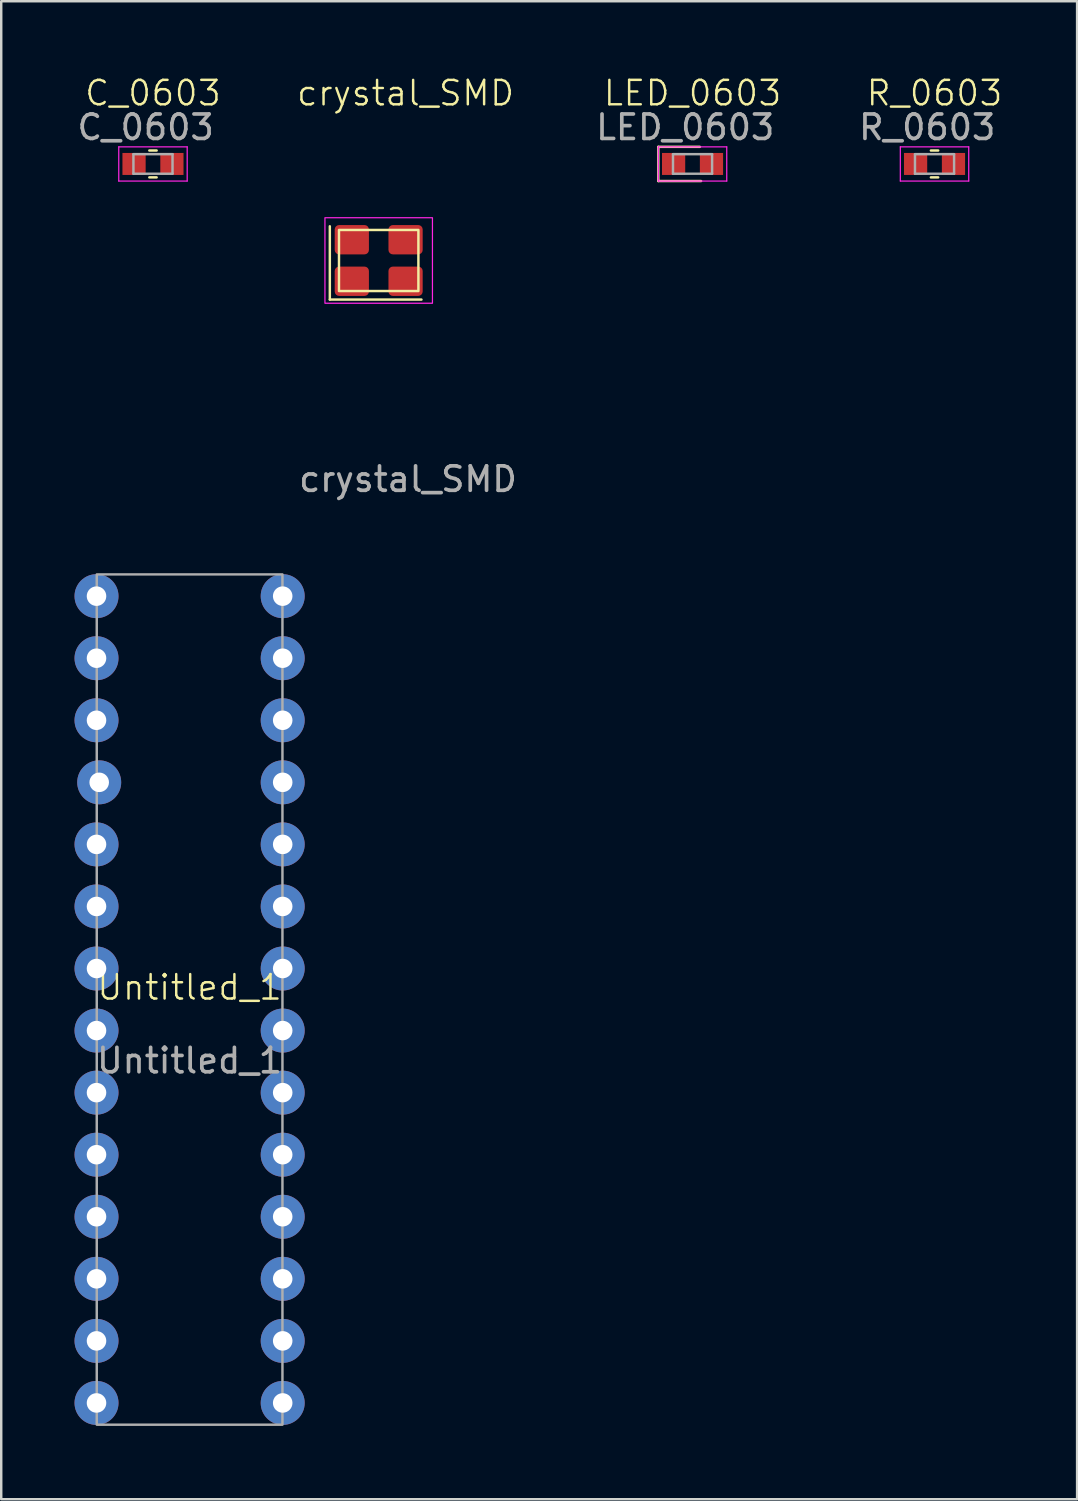
<source format=kicad_pcb>
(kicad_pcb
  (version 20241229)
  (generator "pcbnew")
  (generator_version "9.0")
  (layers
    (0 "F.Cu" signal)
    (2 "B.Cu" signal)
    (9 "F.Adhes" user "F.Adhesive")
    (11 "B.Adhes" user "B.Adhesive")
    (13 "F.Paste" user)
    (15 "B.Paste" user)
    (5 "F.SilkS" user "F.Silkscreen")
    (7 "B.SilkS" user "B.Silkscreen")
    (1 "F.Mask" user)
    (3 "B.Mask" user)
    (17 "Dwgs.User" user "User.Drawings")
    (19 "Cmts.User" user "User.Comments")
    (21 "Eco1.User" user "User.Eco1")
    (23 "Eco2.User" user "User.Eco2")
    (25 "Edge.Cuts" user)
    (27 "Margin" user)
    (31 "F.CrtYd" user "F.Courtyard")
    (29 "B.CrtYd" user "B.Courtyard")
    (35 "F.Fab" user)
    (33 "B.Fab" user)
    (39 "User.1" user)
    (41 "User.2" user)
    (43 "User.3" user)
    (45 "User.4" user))
  (footprint "R_0603"
    (layer "F.Cu")
    (at 35.198 3.66)
    (property "Reference" "R_0603" (at 0 -2.9 0) (unlocked yes) (layer "F.SilkS") (effects (font (size 1 1) (thickness 0.1))))
    (attr smd)
    (fp_line (start -0.15 -0.55) (end 0.15 -0.55) (stroke (width 0.1) (type default)) (layer "F.SilkS"))
    (fp_line (start -0.15 0.55) (end 0.15 0.55) (stroke (width 0.1) (type default)) (layer "F.SilkS"))
    (fp_line (start -1.4 -0.7) (end -1.4 0.7) (stroke (width 0.05) (type default)) (layer "F.CrtYd"))
    (fp_line (start -1.4 0.7) (end 1.4 0.7) (stroke (width 0.05) (type default)) (layer "F.CrtYd"))
    (fp_line (start 1.4 -0.7) (end -1.4 -0.7) (stroke (width 0.05) (type default)) (layer "F.CrtYd"))
    (fp_line (start 1.4 0.7) (end 1.4 -0.7) (stroke (width 0.05) (type default)) (layer "F.CrtYd"))
    (fp_line (start -0.8 -0.4) (end 0.8 -0.4) (stroke (width 0.1) (type default)) (layer "F.Fab"))
    (fp_line (start -0.8 0.4) (end -0.8 -0.4) (stroke (width 0.1) (type default)) (layer "F.Fab"))
    (fp_line (start 0.8 -0.4) (end 0.8 0.4) (stroke (width 0.1) (type default)) (layer "F.Fab"))
    (fp_line (start 0.8 0.4) (end -0.8 0.4) (stroke (width 0.1) (type default)) (layer "F.Fab"))
    (fp_text user "${REFERENCE}" (at -0.3 -1.5 0) (unlocked yes) (layer "F.Fab") (effects (font (size 1 1) (thickness 0.15))))
    (pad "1" smd rect (at -0.775 0) (size 0.95 0.9) (layers "F.Cu" "F.Mask" "F.Paste"))
    (pad "2" smd rect (at 0.775 0) (size 0.95 0.9) (layers "F.Cu" "F.Mask" "F.Paste")))
  (footprint "Untitled_1"
    (layer "F.Cu")
    (at 4.71 37.859)
    (property "Reference" "Untitled_1" (at 0 -0.5 0) (unlocked yes) (layer "F.SilkS") (effects (font (size 1 1) (thickness 0.1))))
    (attr smd)
    (fp_rect (start -3.8 -17.4) (end 3.8 17.4) (stroke (width 0.1) (type solid)) (fill no) (layer "F.Fab"))
    (fp_text user "${REFERENCE}" (at 0 2.5 0) (unlocked yes) (layer "F.Fab") (effects (font (size 1 1) (thickness 0.15))))
    (pad "1" thru_hole circle (at -3.81 -16.51) (size 1.8 1.8) (drill 0.8) (layers "*.Cu" "*.Mask"))
    (pad "2" thru_hole circle (at -3.81 -13.97) (size 1.8 1.8) (drill 0.8) (layers "*.Cu" "*.Mask"))
    (pad "3" thru_hole circle (at -3.81 -11.43) (size 1.8 1.8) (drill 0.8) (layers "*.Cu" "*.Mask"))
    (pad "4" thru_hole circle (at -3.7 -8.89) (size 1.8 1.8) (drill 0.8) (layers "*.Cu" "*.Mask"))
    (pad "5" thru_hole circle (at -3.81 -6.35) (size 1.8 1.8) (drill 0.8) (layers "*.Cu" "*.Mask"))
    (pad "6" thru_hole circle (at -3.81 -3.81) (size 1.8 1.8) (drill 0.8) (layers "*.Cu" "*.Mask"))
    (pad "7" thru_hole circle (at -3.81 -1.27) (size 1.8 1.8) (drill 0.8) (layers "*.Cu" "*.Mask"))
    (pad "8" thru_hole circle (at -3.81 1.27) (size 1.8 1.8) (drill 0.8) (layers "*.Cu" "*.Mask"))
    (pad "9" thru_hole circle (at -3.81 3.81) (size 1.8 1.8) (drill 0.8) (layers "*.Cu" "*.Mask"))
    (pad "10" thru_hole circle (at -3.81 6.35) (size 1.8 1.8) (drill 0.8) (layers "*.Cu" "*.Mask"))
    (pad "11" thru_hole circle (at -3.81 8.89) (size 1.8 1.8) (drill 0.8) (layers "*.Cu" "*.Mask"))
    (pad "12" thru_hole circle (at -3.81 11.43) (size 1.8 1.8) (drill 0.8) (layers "*.Cu" "*.Mask"))
    (pad "13" thru_hole circle (at -3.81 13.97) (size 1.8 1.8) (drill 0.8) (layers "*.Cu" "*.Mask"))
    (pad "14" thru_hole circle (at -3.81 16.51) (size 1.8 1.8) (drill 0.8) (layers "*.Cu" "*.Mask"))
    (pad "15" thru_hole circle (at 3.81 16.51) (size 1.8 1.8) (drill 0.8) (layers "*.Cu" "*.Mask"))
    (pad "16" thru_hole circle (at 3.81 13.97) (size 1.8 1.8) (drill 0.8) (layers "*.Cu" "*.Mask"))
    (pad "17" thru_hole circle (at 3.81 11.43) (size 1.8 1.8) (drill 0.8) (layers "*.Cu" "*.Mask"))
    (pad "18" thru_hole circle (at 3.81 8.89) (size 1.8 1.8) (drill 0.8) (layers "*.Cu" "*.Mask"))
    (pad "19" thru_hole circle (at 3.81 6.35) (size 1.8 1.8) (drill 0.8) (layers "*.Cu" "*.Mask"))
    (pad "20" thru_hole circle (at 3.81 3.81) (size 1.8 1.8) (drill 0.8) (layers "*.Cu" "*.Mask"))
    (pad "21" thru_hole circle (at 3.81 1.27) (size 1.8 1.8) (drill 0.8) (layers "*.Cu" "*.Mask"))
    (pad "22" thru_hole circle (at 3.81 -1.27) (size 1.8 1.8) (drill 0.8) (layers "*.Cu" "*.Mask"))
    (pad "23" thru_hole circle (at 3.81 -3.81) (size 1.8 1.8) (drill 0.8) (layers "*.Cu" "*.Mask"))
    (pad "24" thru_hole circle (at 3.81 -6.35) (size 1.8 1.8) (drill 0.8) (layers "*.Cu" "*.Mask"))
    (pad "25" thru_hole circle (at 3.81 -8.89) (size 1.8 1.8) (drill 0.8) (layers "*.Cu" "*.Mask"))
    (pad "26" thru_hole circle (at 3.81 -11.43) (size 1.8 1.8) (drill 0.8) (layers "*.Cu" "*.Mask"))
    (pad "27" thru_hole circle (at 3.81 -13.97) (size 1.8 1.8) (drill 0.8) (layers "*.Cu" "*.Mask"))
    (pad "28" thru_hole circle (at 3.81 -16.51) (size 1.8 1.8) (drill 0.8) (layers "*.Cu" "*.Mask")))
  (footprint "C_0603"
    (layer "F.Cu")
    (at 3.211 3.66)
    (property "Reference" "C_0603" (at 0 -2.9 0) (unlocked yes) (layer "F.SilkS") (effects (font (size 1 1) (thickness 0.1))))
    (attr smd)
    (fp_line (start -0.15 -0.55) (end 0.15 -0.55) (stroke (width 0.1) (type default)) (layer "F.SilkS"))
    (fp_line (start -0.15 0.55) (end 0.15 0.55) (stroke (width 0.1) (type default)) (layer "F.SilkS"))
    (fp_line (start -1.4 -0.7) (end -1.4 0.7) (stroke (width 0.05) (type default)) (layer "F.CrtYd"))
    (fp_line (start -1.4 0.7) (end 1.4 0.7) (stroke (width 0.05) (type default)) (layer "F.CrtYd"))
    (fp_line (start 1.4 -0.7) (end -1.4 -0.7) (stroke (width 0.05) (type default)) (layer "F.CrtYd"))
    (fp_line (start 1.4 0.7) (end 1.4 -0.7) (stroke (width 0.05) (type default)) (layer "F.CrtYd"))
    (fp_line (start -0.8 -0.4) (end 0.8 -0.4) (stroke (width 0.1) (type default)) (layer "F.Fab"))
    (fp_line (start -0.8 0.4) (end -0.8 -0.4) (stroke (width 0.1) (type default)) (layer "F.Fab"))
    (fp_line (start 0.8 -0.4) (end 0.8 0.4) (stroke (width 0.1) (type default)) (layer "F.Fab"))
    (fp_line (start 0.8 0.4) (end -0.8 0.4) (stroke (width 0.1) (type default)) (layer "F.Fab"))
    (fp_text user "${REFERENCE}" (at -0.3 -1.5 0) (unlocked yes) (layer "F.Fab") (effects (font (size 1 1) (thickness 0.15))))
    (pad "1" smd rect (at -0.775 0) (size 0.95 0.9) (layers "F.Cu" "F.Mask" "F.Paste"))
    (pad "2" smd rect (at 0.775 0) (size 0.95 0.9) (layers "F.Cu" "F.Mask" "F.Paste")))
  (footprint "crystal_SMD"
    (layer "F.Cu")
    (at 12.449 7.611)
    (property "Reference" "crystal_SMD" (at 1.1 -6.85 0) (unlocked yes) (layer "F.SilkS") (effects (font (size 1 1) (thickness 0.1))))
    (attr smd)
    (fp_line (start -2 -1.4) (end -2 1.6) (stroke (width 0.1) (type default)) (layer "F.SilkS"))
    (fp_line (start -2 1.6) (end 1.75 1.6) (stroke (width 0.1) (type default)) (layer "F.SilkS"))
    (fp_rect (start -1.625 -1.25) (end 1.625 1.25) (stroke (width 0.1) (type default)) (fill no) (layer "F.SilkS"))
    (fp_rect (start -2.2 -1.75) (end 2.2 1.75) (stroke (width 0.05) (type default)) (fill no) (layer "F.CrtYd"))
    (fp_text user "${REFERENCE}" (at 1.2 8.95 0) (unlocked yes) (layer "F.Fab") (effects (font (size 1 1) (thickness 0.15))))
    (pad "1" smd roundrect (at -1.1 -0.85) (size 1.4 1.2) (layers "F.Cu" "F.Mask" "F.Paste") (roundrect_rratio 0.15))
    (pad "2" smd roundrect (at 1.1 -0.85) (size 1.4 1.2) (layers "F.Cu" "F.Mask" "F.Paste") (roundrect_rratio 0.15))
    (pad "3" smd roundrect (at -1.1 0.85) (size 1.4 1.2) (layers "F.Cu" "F.Mask" "F.Paste") (roundrect_rratio 0.15))
    (pad "4" smd roundrect (at 1.1 0.85) (size 1.4 1.2) (layers "F.Cu" "F.Mask" "F.Paste") (roundrect_rratio 0.15)))
  (footprint "LED_0603"
    (layer "F.Cu")
    (at 25.294 3.66)
    (property "Reference" "LED_0603" (at 0 -2.9 0) (unlocked yes) (layer "F.SilkS") (effects (font (size 1 1) (thickness 0.1))))
    (attr smd)
    (fp_line (start -1.4 -0.7) (end 0.3 -0.7) (stroke (width 0.1) (type default)) (layer "F.SilkS"))
    (fp_line (start -1.4 0.7) (end -1.4 -0.7) (stroke (width 0.1) (type default)) (layer "F.SilkS"))
    (fp_line (start -1.4 0.7) (end 0.35 0.7) (stroke (width 0.1) (type default)) (layer "F.SilkS"))
    (fp_line (start -1.4 -0.7) (end -1.4 0.7) (stroke (width 0.05) (type default)) (layer "F.CrtYd"))
    (fp_line (start -1.4 0.7) (end 1.4 0.7) (stroke (width 0.05) (type default)) (layer "F.CrtYd"))
    (fp_line (start 1.4 -0.7) (end -1.4 -0.7) (stroke (width 0.05) (type default)) (layer "F.CrtYd"))
    (fp_line (start 1.4 0.7) (end 1.4 -0.7) (stroke (width 0.05) (type default)) (layer "F.CrtYd"))
    (fp_line (start -0.8 -0.4) (end 0.8 -0.4) (stroke (width 0.1) (type default)) (layer "F.Fab"))
    (fp_line (start -0.8 0.4) (end -0.8 -0.4) (stroke (width 0.1) (type default)) (layer "F.Fab"))
    (fp_line (start 0.8 -0.4) (end 0.8 0.4) (stroke (width 0.1) (type default)) (layer "F.Fab"))
    (fp_line (start 0.8 0.4) (end -0.8 0.4) (stroke (width 0.1) (type default)) (layer "F.Fab"))
    (fp_text user "${REFERENCE}" (at -0.3 -1.5 0) (unlocked yes) (layer "F.Fab") (effects (font (size 1 1) (thickness 0.15))))
    (pad "1" smd rect (at -0.775 0) (size 0.95 0.9) (layers "F.Cu" "F.Mask" "F.Paste"))
    (pad "2" smd rect (at 0.775 0) (size 0.95 0.9) (layers "F.Cu" "F.Mask" "F.Paste")))
  (gr_rect
    (start -3 -3)
    (end 41.033 58.309)
    (stroke (width 0.1) (type default))
    (fill no)
    (layer "Edge.Cuts")))
</source>
